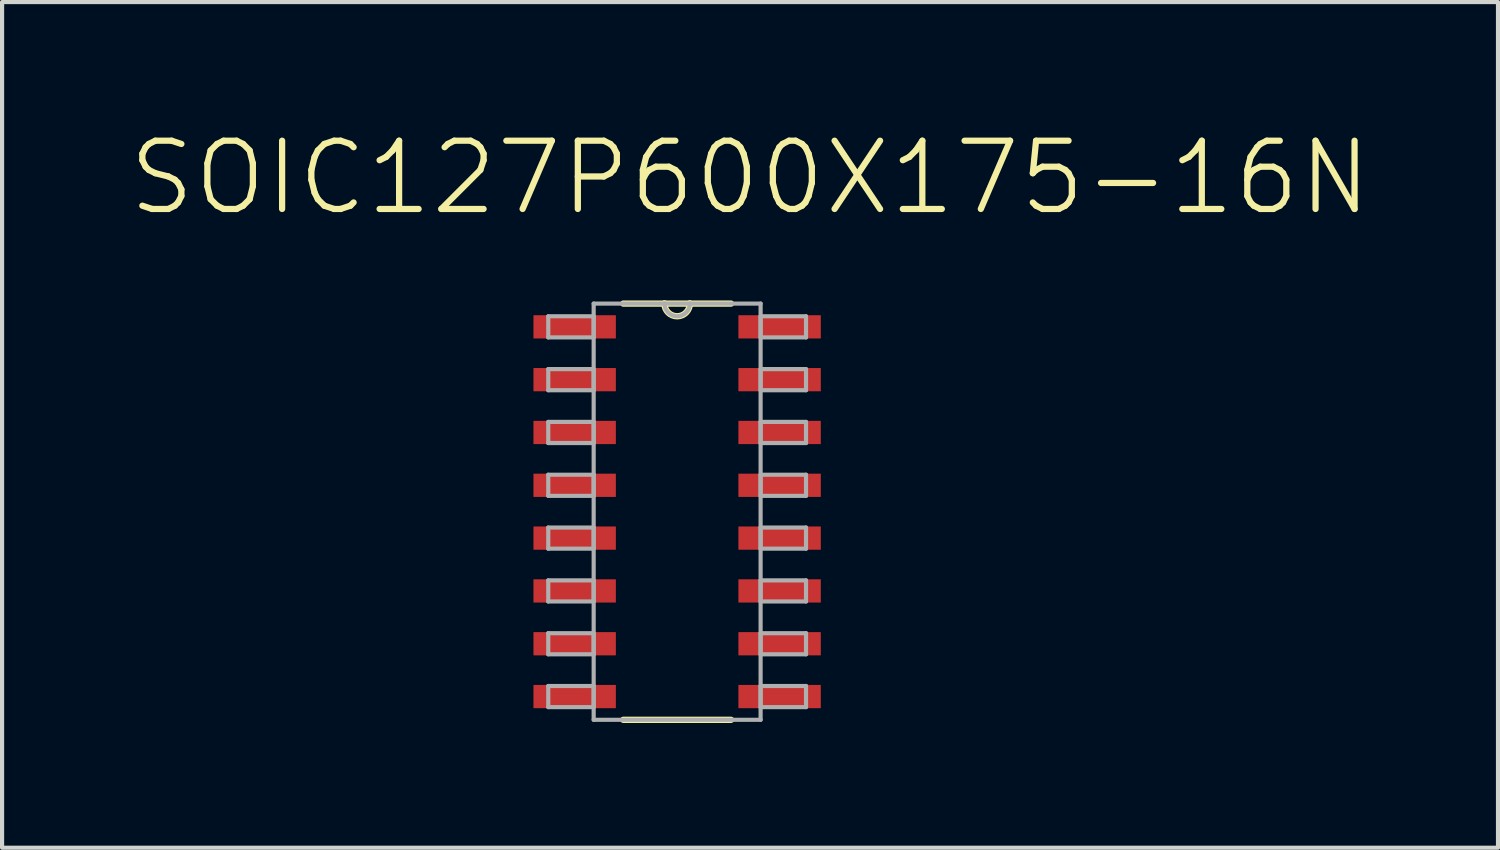
<source format=kicad_pcb>
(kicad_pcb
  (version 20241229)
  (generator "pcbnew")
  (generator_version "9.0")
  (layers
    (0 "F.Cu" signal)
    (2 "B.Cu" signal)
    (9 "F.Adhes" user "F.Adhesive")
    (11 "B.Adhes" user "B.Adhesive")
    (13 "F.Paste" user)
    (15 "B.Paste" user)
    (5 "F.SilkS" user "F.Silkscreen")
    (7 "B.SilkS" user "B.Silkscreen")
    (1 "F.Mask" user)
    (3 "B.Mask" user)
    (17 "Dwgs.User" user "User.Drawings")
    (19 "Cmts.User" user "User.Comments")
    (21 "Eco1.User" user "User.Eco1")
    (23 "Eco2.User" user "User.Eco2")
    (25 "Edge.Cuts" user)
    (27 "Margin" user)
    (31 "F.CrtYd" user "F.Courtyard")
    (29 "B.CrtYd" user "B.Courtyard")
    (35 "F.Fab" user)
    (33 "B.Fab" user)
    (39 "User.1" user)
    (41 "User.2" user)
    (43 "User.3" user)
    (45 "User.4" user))
  (footprint "SOIC127P600X175-16N"
    (layer "F.Cu")
    (at 13.232 9.254)
    (property "Reference" "SOIC127P600X175-16N" (at 1.754 -8.031 0) (layer "F.SilkS") (effects (font (size 1.641 1.641) (thickness 0.15))))
    (attr through_hole)
    (fp_line (start -1.295 5.004) (end 1.295 5.004) (stroke (width 0.152) (type solid)) (layer "F.SilkS"))
    (fp_line (start -0.305 -5.004) (end -1.295 -5.004) (stroke (width 0.152) (type solid)) (layer "F.SilkS"))
    (fp_line (start 0.305 -5.004) (end -0.305 -5.004) (stroke (width 0.152) (type solid)) (layer "F.SilkS"))
    (fp_line (start 1.295 -5.004) (end 0.305 -5.004) (stroke (width 0.152) (type solid)) (layer "F.SilkS"))
    (fp_arc (start 0.3048 -5.0038) (mid 0 -4.699) (end -0.3048 -5.0038) (stroke (width 0.1524) (type solid)) (layer "F.SilkS"))
    (fp_line (start -3.099 -4.699) (end -3.099 -4.191) (stroke (width 0.1) (type solid)) (layer "F.Fab"))
    (fp_line (start -3.099 -4.191) (end -2.007 -4.191) (stroke (width 0.1) (type solid)) (layer "F.Fab"))
    (fp_line (start -3.099 -3.429) (end -3.099 -2.921) (stroke (width 0.1) (type solid)) (layer "F.Fab"))
    (fp_line (start -3.099 -2.921) (end -2.007 -2.921) (stroke (width 0.1) (type solid)) (layer "F.Fab"))
    (fp_line (start -3.099 -2.159) (end -3.099 -1.651) (stroke (width 0.1) (type solid)) (layer "F.Fab"))
    (fp_line (start -3.099 -1.651) (end -2.007 -1.651) (stroke (width 0.1) (type solid)) (layer "F.Fab"))
    (fp_line (start -3.099 -0.889) (end -3.099 -0.381) (stroke (width 0.1) (type solid)) (layer "F.Fab"))
    (fp_line (start -3.099 -0.381) (end -2.007 -0.381) (stroke (width 0.1) (type solid)) (layer "F.Fab"))
    (fp_line (start -3.099 0.381) (end -3.099 0.889) (stroke (width 0.1) (type solid)) (layer "F.Fab"))
    (fp_line (start -3.099 0.889) (end -2.007 0.889) (stroke (width 0.1) (type solid)) (layer "F.Fab"))
    (fp_line (start -3.099 1.651) (end -3.099 2.159) (stroke (width 0.1) (type solid)) (layer "F.Fab"))
    (fp_line (start -3.099 2.159) (end -2.007 2.159) (stroke (width 0.1) (type solid)) (layer "F.Fab"))
    (fp_line (start -3.099 2.921) (end -3.099 3.429) (stroke (width 0.1) (type solid)) (layer "F.Fab"))
    (fp_line (start -3.099 3.429) (end -2.007 3.429) (stroke (width 0.1) (type solid)) (layer "F.Fab"))
    (fp_line (start -3.099 4.191) (end -3.099 4.699) (stroke (width 0.1) (type solid)) (layer "F.Fab"))
    (fp_line (start -3.099 4.699) (end -2.007 4.699) (stroke (width 0.1) (type solid)) (layer "F.Fab"))
    (fp_line (start -2.007 -5.004) (end -2.007 5.004) (stroke (width 0.1) (type solid)) (layer "F.Fab"))
    (fp_line (start -2.007 -4.699) (end -3.099 -4.699) (stroke (width 0.1) (type solid)) (layer "F.Fab"))
    (fp_line (start -2.007 -4.191) (end -2.007 -4.699) (stroke (width 0.1) (type solid)) (layer "F.Fab"))
    (fp_line (start -2.007 -3.429) (end -3.099 -3.429) (stroke (width 0.1) (type solid)) (layer "F.Fab"))
    (fp_line (start -2.007 -2.921) (end -2.007 -3.429) (stroke (width 0.1) (type solid)) (layer "F.Fab"))
    (fp_line (start -2.007 -2.159) (end -3.099 -2.159) (stroke (width 0.1) (type solid)) (layer "F.Fab"))
    (fp_line (start -2.007 -1.651) (end -2.007 -2.159) (stroke (width 0.1) (type solid)) (layer "F.Fab"))
    (fp_line (start -2.007 -0.889) (end -3.099 -0.889) (stroke (width 0.1) (type solid)) (layer "F.Fab"))
    (fp_line (start -2.007 -0.381) (end -2.007 -0.889) (stroke (width 0.1) (type solid)) (layer "F.Fab"))
    (fp_line (start -2.007 0.381) (end -3.099 0.381) (stroke (width 0.1) (type solid)) (layer "F.Fab"))
    (fp_line (start -2.007 0.889) (end -2.007 0.381) (stroke (width 0.1) (type solid)) (layer "F.Fab"))
    (fp_line (start -2.007 1.651) (end -3.099 1.651) (stroke (width 0.1) (type solid)) (layer "F.Fab"))
    (fp_line (start -2.007 2.159) (end -2.007 1.651) (stroke (width 0.1) (type solid)) (layer "F.Fab"))
    (fp_line (start -2.007 2.921) (end -3.099 2.921) (stroke (width 0.1) (type solid)) (layer "F.Fab"))
    (fp_line (start -2.007 3.429) (end -2.007 2.921) (stroke (width 0.1) (type solid)) (layer "F.Fab"))
    (fp_line (start -2.007 4.191) (end -3.099 4.191) (stroke (width 0.1) (type solid)) (layer "F.Fab"))
    (fp_line (start -2.007 4.699) (end -2.007 4.191) (stroke (width 0.1) (type solid)) (layer "F.Fab"))
    (fp_line (start -2.007 5.004) (end 2.007 5.004) (stroke (width 0.1) (type solid)) (layer "F.Fab"))
    (fp_line (start -0.305 -5.004) (end -2.007 -5.004) (stroke (width 0.1) (type solid)) (layer "F.Fab"))
    (fp_line (start 0.305 -5.004) (end -0.305 -5.004) (stroke (width 0.1) (type solid)) (layer "F.Fab"))
    (fp_line (start 2.007 -5.004) (end 0.305 -5.004) (stroke (width 0.1) (type solid)) (layer "F.Fab"))
    (fp_line (start 2.007 -4.699) (end 2.007 -4.191) (stroke (width 0.1) (type solid)) (layer "F.Fab"))
    (fp_line (start 2.007 -4.191) (end 3.099 -4.191) (stroke (width 0.1) (type solid)) (layer "F.Fab"))
    (fp_line (start 2.007 -3.429) (end 2.007 -2.921) (stroke (width 0.1) (type solid)) (layer "F.Fab"))
    (fp_line (start 2.007 -2.921) (end 3.099 -2.921) (stroke (width 0.1) (type solid)) (layer "F.Fab"))
    (fp_line (start 2.007 -2.159) (end 2.007 -1.651) (stroke (width 0.1) (type solid)) (layer "F.Fab"))
    (fp_line (start 2.007 -1.651) (end 3.099 -1.651) (stroke (width 0.1) (type solid)) (layer "F.Fab"))
    (fp_line (start 2.007 -0.889) (end 2.007 -0.381) (stroke (width 0.1) (type solid)) (layer "F.Fab"))
    (fp_line (start 2.007 -0.381) (end 3.099 -0.381) (stroke (width 0.1) (type solid)) (layer "F.Fab"))
    (fp_line (start 2.007 0.381) (end 2.007 0.889) (stroke (width 0.1) (type solid)) (layer "F.Fab"))
    (fp_line (start 2.007 0.889) (end 3.099 0.889) (stroke (width 0.1) (type solid)) (layer "F.Fab"))
    (fp_line (start 2.007 1.651) (end 2.007 2.159) (stroke (width 0.1) (type solid)) (layer "F.Fab"))
    (fp_line (start 2.007 2.159) (end 3.099 2.159) (stroke (width 0.1) (type solid)) (layer "F.Fab"))
    (fp_line (start 2.007 2.921) (end 2.007 3.429) (stroke (width 0.1) (type solid)) (layer "F.Fab"))
    (fp_line (start 2.007 3.429) (end 3.099 3.429) (stroke (width 0.1) (type solid)) (layer "F.Fab"))
    (fp_line (start 2.007 4.191) (end 2.007 4.699) (stroke (width 0.1) (type solid)) (layer "F.Fab"))
    (fp_line (start 2.007 4.699) (end 3.099 4.699) (stroke (width 0.1) (type solid)) (layer "F.Fab"))
    (fp_line (start 2.007 5.004) (end 2.007 -5.004) (stroke (width 0.1) (type solid)) (layer "F.Fab"))
    (fp_line (start 3.099 -4.699) (end 2.007 -4.699) (stroke (width 0.1) (type solid)) (layer "F.Fab"))
    (fp_line (start 3.099 -4.191) (end 3.099 -4.699) (stroke (width 0.1) (type solid)) (layer "F.Fab"))
    (fp_line (start 3.099 -3.429) (end 2.007 -3.429) (stroke (width 0.1) (type solid)) (layer "F.Fab"))
    (fp_line (start 3.099 -2.921) (end 3.099 -3.429) (stroke (width 0.1) (type solid)) (layer "F.Fab"))
    (fp_line (start 3.099 -2.159) (end 2.007 -2.159) (stroke (width 0.1) (type solid)) (layer "F.Fab"))
    (fp_line (start 3.099 -1.651) (end 3.099 -2.159) (stroke (width 0.1) (type solid)) (layer "F.Fab"))
    (fp_line (start 3.099 -0.889) (end 2.007 -0.889) (stroke (width 0.1) (type solid)) (layer "F.Fab"))
    (fp_line (start 3.099 -0.381) (end 3.099 -0.889) (stroke (width 0.1) (type solid)) (layer "F.Fab"))
    (fp_line (start 3.099 0.381) (end 2.007 0.381) (stroke (width 0.1) (type solid)) (layer "F.Fab"))
    (fp_line (start 3.099 0.889) (end 3.099 0.381) (stroke (width 0.1) (type solid)) (layer "F.Fab"))
    (fp_line (start 3.099 1.651) (end 2.007 1.651) (stroke (width 0.1) (type solid)) (layer "F.Fab"))
    (fp_line (start 3.099 2.159) (end 3.099 1.651) (stroke (width 0.1) (type solid)) (layer "F.Fab"))
    (fp_line (start 3.099 2.921) (end 2.007 2.921) (stroke (width 0.1) (type solid)) (layer "F.Fab"))
    (fp_line (start 3.099 3.429) (end 3.099 2.921) (stroke (width 0.1) (type solid)) (layer "F.Fab"))
    (fp_line (start 3.099 4.191) (end 2.007 4.191) (stroke (width 0.1) (type solid)) (layer "F.Fab"))
    (fp_line (start 3.099 4.699) (end 3.099 4.191) (stroke (width 0.1) (type solid)) (layer "F.Fab"))
    (fp_arc (start 0.3048 -5.0038) (mid 0 -4.699) (end -0.3048 -5.0038) (stroke (width 0.1) (type solid)) (layer "F.Fab"))
    (pad "1" smd rect (at -2.464 -4.445) (size 1.981 0.559) (layers "F.Cu" "F.Mask" "F.Paste"))
    (pad "2" smd rect (at -2.464 -3.175) (size 1.981 0.559) (layers "F.Cu" "F.Mask" "F.Paste"))
    (pad "3" smd rect (at -2.464 -1.905) (size 1.981 0.559) (layers "F.Cu" "F.Mask" "F.Paste"))
    (pad "4" smd rect (at -2.464 -0.635) (size 1.981 0.559) (layers "F.Cu" "F.Mask" "F.Paste"))
    (pad "5" smd rect (at -2.464 0.635) (size 1.981 0.559) (layers "F.Cu" "F.Mask" "F.Paste"))
    (pad "6" smd rect (at -2.464 1.905) (size 1.981 0.559) (layers "F.Cu" "F.Mask" "F.Paste"))
    (pad "7" smd rect (at -2.464 3.175) (size 1.981 0.559) (layers "F.Cu" "F.Mask" "F.Paste"))
    (pad "8" smd rect (at -2.464 4.445) (size 1.981 0.559) (layers "F.Cu" "F.Mask" "F.Paste"))
    (pad "9" smd rect (at 2.464 4.445) (size 1.981 0.559) (layers "F.Cu" "F.Mask" "F.Paste"))
    (pad "10" smd rect (at 2.464 3.175) (size 1.981 0.559) (layers "F.Cu" "F.Mask" "F.Paste"))
    (pad "11" smd rect (at 2.464 1.905) (size 1.981 0.559) (layers "F.Cu" "F.Mask" "F.Paste"))
    (pad "12" smd rect (at 2.464 0.635) (size 1.981 0.559) (layers "F.Cu" "F.Mask" "F.Paste"))
    (pad "13" smd rect (at 2.464 -0.635) (size 1.981 0.559) (layers "F.Cu" "F.Mask" "F.Paste"))
    (pad "14" smd rect (at 2.464 -1.905) (size 1.981 0.559) (layers "F.Cu" "F.Mask" "F.Paste"))
    (pad "15" smd rect (at 2.464 -3.175) (size 1.981 0.559) (layers "F.Cu" "F.Mask" "F.Paste"))
    (pad "16" smd rect (at 2.464 -4.445) (size 1.981 0.559) (layers "F.Cu" "F.Mask" "F.Paste")))
  (gr_rect
    (start -3 -3)
    (end 32.97 17.334)
    (stroke (width 0.1) (type default))
    (fill no)
    (layer "Edge.Cuts")))
</source>
